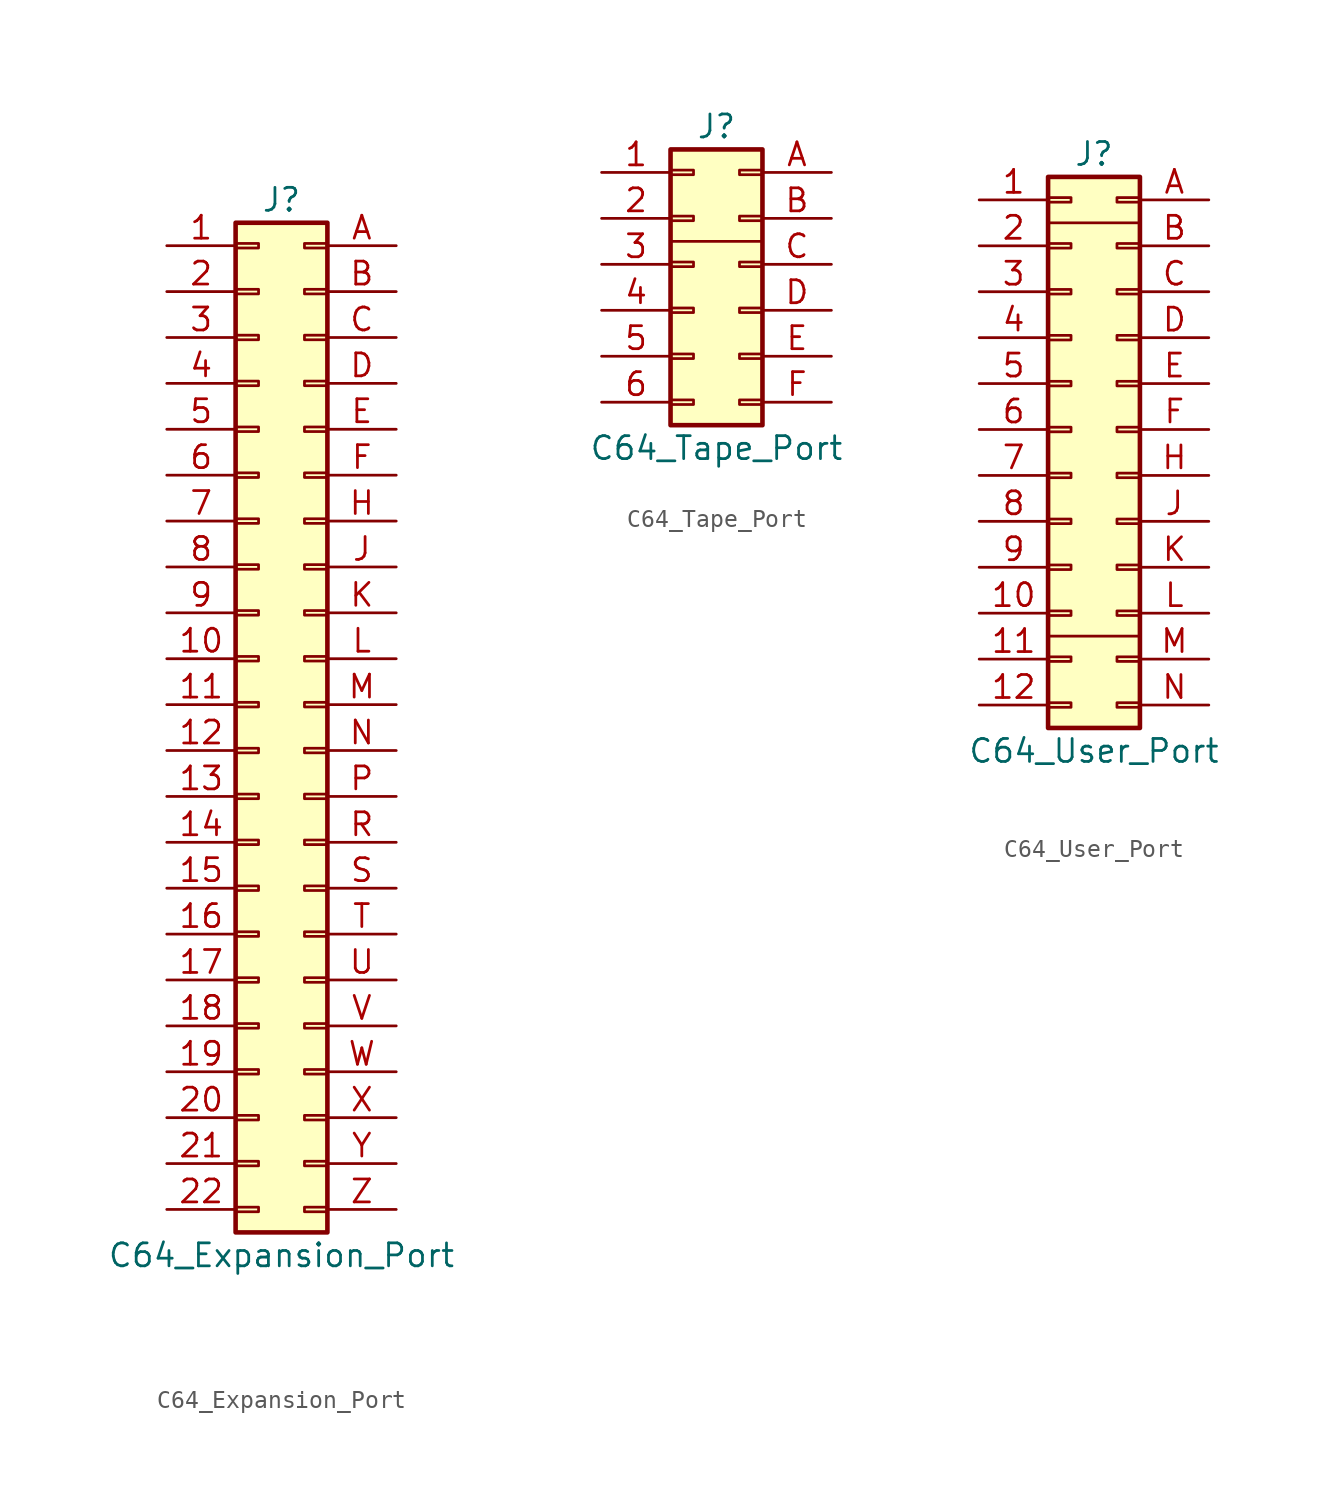
<source format=kicad_sym>
(kicad_symbol_lib
  (version 20211014)
  (generator kicad_symbol_editor)
  (symbol "C64_Expansion_Port"
    (pin_names
      (offset 1.016) hide)
    (property "Reference" "J"
      (at 1.27 27.94 0)
      (effects (font (size 1.27 1.27))))
    (property "Value" "C64_Expansion_Port"
      (at 1.27 -30.48 0)
      (effects (font (size 1.27 1.27))))
    (symbol "C64_Expansion_Port_1_1"
      (rectangle (start -1.27 -27.813) (end 0 -28.067) (stroke (width 0.152) (type default) (color 0 0 0 0)) (fill (type none)))
      (rectangle (start -1.27 -25.273) (end 0 -25.527) (stroke (width 0.152) (type default) (color 0 0 0 0)) (fill (type none)))
      (rectangle (start -1.27 -22.733) (end 0 -22.987) (stroke (width 0.152) (type default) (color 0 0 0 0)) (fill (type none)))
      (rectangle (start -1.27 -20.193) (end 0 -20.447) (stroke (width 0.152) (type default) (color 0 0 0 0)) (fill (type none)))
      (rectangle (start -1.27 -17.653) (end 0 -17.907) (stroke (width 0.152) (type default) (color 0 0 0 0)) (fill (type none)))
      (rectangle (start -1.27 -15.113) (end 0 -15.367) (stroke (width 0.152) (type default) (color 0 0 0 0)) (fill (type none)))
      (rectangle (start -1.27 -12.573) (end 0 -12.827) (stroke (width 0.152) (type default) (color 0 0 0 0)) (fill (type none)))
      (rectangle (start -1.27 -10.033) (end 0 -10.287) (stroke (width 0.152) (type default) (color 0 0 0 0)) (fill (type none)))
      (rectangle (start -1.27 -7.493) (end 0 -7.747) (stroke (width 0.152) (type default) (color 0 0 0 0)) (fill (type none)))
      (rectangle (start -1.27 -4.953) (end 0 -5.207) (stroke (width 0.152) (type default) (color 0 0 0 0)) (fill (type none)))
      (rectangle (start -1.27 -2.413) (end 0 -2.667) (stroke (width 0.152) (type default) (color 0 0 0 0)) (fill (type none)))
      (rectangle (start -1.27 0.127) (end 0 -0.127) (stroke (width 0.152) (type default) (color 0 0 0 0)) (fill (type none)))
      (rectangle (start -1.27 2.667) (end 0 2.413) (stroke (width 0.152) (type default) (color 0 0 0 0)) (fill (type none)))
      (rectangle (start -1.27 5.207) (end 0 4.953) (stroke (width 0.152) (type default) (color 0 0 0 0)) (fill (type none)))
      (rectangle (start -1.27 7.747) (end 0 7.493) (stroke (width 0.152) (type default) (color 0 0 0 0)) (fill (type none)))
      (rectangle (start -1.27 10.287) (end 0 10.033) (stroke (width 0.152) (type default) (color 0 0 0 0)) (fill (type none)))
      (rectangle (start -1.27 12.827) (end 0 12.573) (stroke (width 0.152) (type default) (color 0 0 0 0)) (fill (type none)))
      (rectangle (start -1.27 15.367) (end 0 15.113) (stroke (width 0.152) (type default) (color 0 0 0 0)) (fill (type none)))
      (rectangle (start -1.27 17.907) (end 0 17.653) (stroke (width 0.152) (type default) (color 0 0 0 0)) (fill (type none)))
      (rectangle (start -1.27 20.447) (end 0 20.193) (stroke (width 0.152) (type default) (color 0 0 0 0)) (fill (type none)))
      (rectangle (start -1.27 22.987) (end 0 22.733) (stroke (width 0.152) (type default) (color 0 0 0 0)) (fill (type none)))
      (rectangle (start -1.27 25.527) (end 0 25.273) (stroke (width 0.152) (type default) (color 0 0 0 0)) (fill (type none)))
      (rectangle (start -1.27 26.67) (end 3.81 -29.21) (stroke (width 0.254) (type default) (color 0 0 0 0)) (fill (type background)))
      (rectangle (start 3.81 -27.813) (end 2.54 -28.067) (stroke (width 0.152) (type default) (color 0 0 0 0)) (fill (type none)))
      (rectangle (start 3.81 -25.273) (end 2.54 -25.527) (stroke (width 0.152) (type default) (color 0 0 0 0)) (fill (type none)))
      (rectangle (start 3.81 -22.733) (end 2.54 -22.987) (stroke (width 0.152) (type default) (color 0 0 0 0)) (fill (type none)))
      (rectangle (start 3.81 -20.193) (end 2.54 -20.447) (stroke (width 0.152) (type default) (color 0 0 0 0)) (fill (type none)))
      (rectangle (start 3.81 -17.653) (end 2.54 -17.907) (stroke (width 0.152) (type default) (color 0 0 0 0)) (fill (type none)))
      (rectangle (start 3.81 -15.113) (end 2.54 -15.367) (stroke (width 0.152) (type default) (color 0 0 0 0)) (fill (type none)))
      (rectangle (start 3.81 -12.573) (end 2.54 -12.827) (stroke (width 0.152) (type default) (color 0 0 0 0)) (fill (type none)))
      (rectangle (start 3.81 -10.033) (end 2.54 -10.287) (stroke (width 0.152) (type default) (color 0 0 0 0)) (fill (type none)))
      (rectangle (start 3.81 -7.493) (end 2.54 -7.747) (stroke (width 0.152) (type default) (color 0 0 0 0)) (fill (type none)))
      (rectangle (start 3.81 -4.953) (end 2.54 -5.207) (stroke (width 0.152) (type default) (color 0 0 0 0)) (fill (type none)))
      (rectangle (start 3.81 -2.413) (end 2.54 -2.667) (stroke (width 0.152) (type default) (color 0 0 0 0)) (fill (type none)))
      (rectangle (start 3.81 0.127) (end 2.54 -0.127) (stroke (width 0.152) (type default) (color 0 0 0 0)) (fill (type none)))
      (rectangle (start 3.81 2.667) (end 2.54 2.413) (stroke (width 0.152) (type default) (color 0 0 0 0)) (fill (type none)))
      (rectangle (start 3.81 5.207) (end 2.54 4.953) (stroke (width 0.152) (type default) (color 0 0 0 0)) (fill (type none)))
      (rectangle (start 3.81 7.747) (end 2.54 7.493) (stroke (width 0.152) (type default) (color 0 0 0 0)) (fill (type none)))
      (rectangle (start 3.81 10.287) (end 2.54 10.033) (stroke (width 0.152) (type default) (color 0 0 0 0)) (fill (type none)))
      (rectangle (start 3.81 12.827) (end 2.54 12.573) (stroke (width 0.152) (type default) (color 0 0 0 0)) (fill (type none)))
      (rectangle (start 3.81 15.367) (end 2.54 15.113) (stroke (width 0.152) (type default) (color 0 0 0 0)) (fill (type none)))
      (rectangle (start 3.81 17.907) (end 2.54 17.653) (stroke (width 0.152) (type default) (color 0 0 0 0)) (fill (type none)))
      (rectangle (start 3.81 20.447) (end 2.54 20.193) (stroke (width 0.152) (type default) (color 0 0 0 0)) (fill (type none)))
      (rectangle (start 3.81 22.987) (end 2.54 22.733) (stroke (width 0.152) (type default) (color 0 0 0 0)) (fill (type none)))
      (rectangle (start 3.81 25.527) (end 2.54 25.273) (stroke (width 0.152) (type default) (color 0 0 0 0)) (fill (type none)))
      (pin passive line (at -5.08 25.4 0) (length 3.81) (name "Pin_1" (effects (font (size 1.27 1.27)))) (number "1" (effects (font (size 1.27 1.27)))))
      (pin passive line (at -5.08 2.54 0) (length 3.81) (name "Pin_10" (effects (font (size 1.27 1.27)))) (number "10" (effects (font (size 1.27 1.27)))))
      (pin passive line (at -5.08 0 0) (length 3.81) (name "Pin_11" (effects (font (size 1.27 1.27)))) (number "11" (effects (font (size 1.27 1.27)))))
      (pin passive line (at -5.08 -2.54 0) (length 3.81) (name "Pin_12" (effects (font (size 1.27 1.27)))) (number "12" (effects (font (size 1.27 1.27)))))
      (pin passive line (at -5.08 -5.08 0) (length 3.81) (name "Pin_13" (effects (font (size 1.27 1.27)))) (number "13" (effects (font (size 1.27 1.27)))))
      (pin passive line (at -5.08 -7.62 0) (length 3.81) (name "Pin_14" (effects (font (size 1.27 1.27)))) (number "14" (effects (font (size 1.27 1.27)))))
      (pin passive line (at -5.08 -10.16 0) (length 3.81) (name "Pin_15" (effects (font (size 1.27 1.27)))) (number "15" (effects (font (size 1.27 1.27)))))
      (pin passive line (at -5.08 -12.7 0) (length 3.81) (name "Pin_16" (effects (font (size 1.27 1.27)))) (number "16" (effects (font (size 1.27 1.27)))))
      (pin passive line (at -5.08 -15.24 0) (length 3.81) (name "Pin_17" (effects (font (size 1.27 1.27)))) (number "17" (effects (font (size 1.27 1.27)))))
      (pin passive line (at -5.08 -17.78 0) (length 3.81) (name "Pin_18" (effects (font (size 1.27 1.27)))) (number "18" (effects (font (size 1.27 1.27)))))
      (pin passive line (at -5.08 -20.32 0) (length 3.81) (name "Pin_19" (effects (font (size 1.27 1.27)))) (number "19" (effects (font (size 1.27 1.27)))))
      (pin passive line (at -5.08 22.86 0) (length 3.81) (name "Pin_2" (effects (font (size 1.27 1.27)))) (number "2" (effects (font (size 1.27 1.27)))))
      (pin passive line (at -5.08 -22.86 0) (length 3.81) (name "Pin_20" (effects (font (size 1.27 1.27)))) (number "20" (effects (font (size 1.27 1.27)))))
      (pin passive line (at -5.08 -25.4 0) (length 3.81) (name "Pin_21" (effects (font (size 1.27 1.27)))) (number "21" (effects (font (size 1.27 1.27)))))
      (pin passive line (at -5.08 -27.94 0) (length 3.81) (name "Pin_22" (effects (font (size 1.27 1.27)))) (number "22" (effects (font (size 1.27 1.27)))))
      (pin passive line (at -5.08 20.32 0) (length 3.81) (name "Pin_3" (effects (font (size 1.27 1.27)))) (number "3" (effects (font (size 1.27 1.27)))))
      (pin passive line (at -5.08 17.78 0) (length 3.81) (name "Pin_4" (effects (font (size 1.27 1.27)))) (number "4" (effects (font (size 1.27 1.27)))))
      (pin passive line (at -5.08 15.24 0) (length 3.81) (name "Pin_5" (effects (font (size 1.27 1.27)))) (number "5" (effects (font (size 1.27 1.27)))))
      (pin passive line (at -5.08 12.7 0) (length 3.81) (name "Pin_6" (effects (font (size 1.27 1.27)))) (number "6" (effects (font (size 1.27 1.27)))))
      (pin passive line (at -5.08 10.16 0) (length 3.81) (name "Pin_7" (effects (font (size 1.27 1.27)))) (number "7" (effects (font (size 1.27 1.27)))))
      (pin passive line (at -5.08 7.62 0) (length 3.81) (name "Pin_8" (effects (font (size 1.27 1.27)))) (number "8" (effects (font (size 1.27 1.27)))))
      (pin passive line (at -5.08 5.08 0) (length 3.81) (name "Pin_9" (effects (font (size 1.27 1.27)))) (number "9" (effects (font (size 1.27 1.27)))))
      (pin passive line (at 7.62 25.4 180) (length 3.81) (name "Pin_A" (effects (font (size 1.27 1.27)))) (number "A" (effects (font (size 1.27 1.27)))))
      (pin passive line (at 7.62 22.86 180) (length 3.81) (name "Pin_B" (effects (font (size 1.27 1.27)))) (number "B" (effects (font (size 1.27 1.27)))))
      (pin passive line (at 7.62 20.32 180) (length 3.81) (name "Pin_C" (effects (font (size 1.27 1.27)))) (number "C" (effects (font (size 1.27 1.27)))))
      (pin passive line (at 7.62 17.78 180) (length 3.81) (name "Pin_D" (effects (font (size 1.27 1.27)))) (number "D" (effects (font (size 1.27 1.27)))))
      (pin passive line (at 7.62 15.24 180) (length 3.81) (name "Pin_E" (effects (font (size 1.27 1.27)))) (number "E" (effects (font (size 1.27 1.27)))))
      (pin passive line (at 7.62 12.7 180) (length 3.81) (name "Pin_F" (effects (font (size 1.27 1.27)))) (number "F" (effects (font (size 1.27 1.27)))))
      (pin passive line (at 7.62 10.16 180) (length 3.81) (name "Pin_H" (effects (font (size 1.27 1.27)))) (number "H" (effects (font (size 1.27 1.27)))))
      (pin passive line (at 7.62 7.62 180) (length 3.81) (name "Pin_J" (effects (font (size 1.27 1.27)))) (number "J" (effects (font (size 1.27 1.27)))))
      (pin passive line (at 7.62 5.08 180) (length 3.81) (name "Pin_K" (effects (font (size 1.27 1.27)))) (number "K" (effects (font (size 1.27 1.27)))))
      (pin passive line (at 7.62 2.54 180) (length 3.81) (name "Pin_L" (effects (font (size 1.27 1.27)))) (number "L" (effects (font (size 1.27 1.27)))))
      (pin passive line (at 7.62 0 180) (length 3.81) (name "Pin_M" (effects (font (size 1.27 1.27)))) (number "M" (effects (font (size 1.27 1.27)))))
      (pin passive line (at 7.62 -2.54 180) (length 3.81) (name "Pin_N" (effects (font (size 1.27 1.27)))) (number "N" (effects (font (size 1.27 1.27)))))
      (pin passive line (at 7.62 -5.08 180) (length 3.81) (name "Pin_P" (effects (font (size 1.27 1.27)))) (number "P" (effects (font (size 1.27 1.27)))))
      (pin passive line (at 7.62 -7.62 180) (length 3.81) (name "Pin_R" (effects (font (size 1.27 1.27)))) (number "R" (effects (font (size 1.27 1.27)))))
      (pin passive line (at 7.62 -10.16 180) (length 3.81) (name "Pin_S" (effects (font (size 1.27 1.27)))) (number "S" (effects (font (size 1.27 1.27)))))
      (pin passive line (at 7.62 -12.7 180) (length 3.81) (name "Pin_T" (effects (font (size 1.27 1.27)))) (number "T" (effects (font (size 1.27 1.27)))))
      (pin passive line (at 7.62 -15.24 180) (length 3.81) (name "Pin_U" (effects (font (size 1.27 1.27)))) (number "U" (effects (font (size 1.27 1.27)))))
      (pin passive line (at 7.62 -17.78 180) (length 3.81) (name "Pin_V" (effects (font (size 1.27 1.27)))) (number "V" (effects (font (size 1.27 1.27)))))
      (pin passive line (at 7.62 -20.32 180) (length 3.81) (name "Pin_W" (effects (font (size 1.27 1.27)))) (number "W" (effects (font (size 1.27 1.27)))))
      (pin passive line (at 7.62 -22.86 180) (length 3.81) (name "Pin_X" (effects (font (size 1.27 1.27)))) (number "X" (effects (font (size 1.27 1.27)))))
      (pin passive line (at 7.62 -25.4 180) (length 3.81) (name "Pin_Y" (effects (font (size 1.27 1.27)))) (number "Y" (effects (font (size 1.27 1.27)))))
      (pin passive line (at 7.62 -27.94 180) (length 3.81) (name "Pin_Z" (effects (font (size 1.27 1.27)))) (number "Z" (effects (font (size 1.27 1.27)))))))
  (symbol "C64_Tape_Port"
    (pin_names
      (offset 1.016) hide)
    (property "Reference" "J"
      (at 1.27 7.62 0)
      (effects (font (size 1.27 1.27))))
    (property "Value" "C64_Tape_Port"
      (at 1.27 -10.16 0)
      (effects (font (size 1.27 1.27))))
    (symbol "C64_Tape_Port_0_1"
      (polyline (pts (xy -1.27 1.27) (xy 3.81 1.27)) (stroke (width 0) (type default) (color 0 0 0 0)) (fill (type none))))
    (symbol "C64_Tape_Port_1_1"
      (rectangle (start -1.27 -7.493) (end 0 -7.747) (stroke (width 0.152) (type default) (color 0 0 0 0)) (fill (type none)))
      (rectangle (start -1.27 -4.953) (end 0 -5.207) (stroke (width 0.152) (type default) (color 0 0 0 0)) (fill (type none)))
      (rectangle (start -1.27 -2.413) (end 0 -2.667) (stroke (width 0.152) (type default) (color 0 0 0 0)) (fill (type none)))
      (rectangle (start -1.27 0.127) (end 0 -0.127) (stroke (width 0.152) (type default) (color 0 0 0 0)) (fill (type none)))
      (rectangle (start -1.27 2.667) (end 0 2.413) (stroke (width 0.152) (type default) (color 0 0 0 0)) (fill (type none)))
      (rectangle (start -1.27 5.207) (end 0 4.953) (stroke (width 0.152) (type default) (color 0 0 0 0)) (fill (type none)))
      (rectangle (start -1.27 6.35) (end 3.81 -8.89) (stroke (width 0.254) (type default) (color 0 0 0 0)) (fill (type background)))
      (rectangle (start 3.81 -7.493) (end 2.54 -7.747) (stroke (width 0.152) (type default) (color 0 0 0 0)) (fill (type none)))
      (rectangle (start 3.81 -4.953) (end 2.54 -5.207) (stroke (width 0.152) (type default) (color 0 0 0 0)) (fill (type none)))
      (rectangle (start 3.81 -2.413) (end 2.54 -2.667) (stroke (width 0.152) (type default) (color 0 0 0 0)) (fill (type none)))
      (rectangle (start 3.81 0.127) (end 2.54 -0.127) (stroke (width 0.152) (type default) (color 0 0 0 0)) (fill (type none)))
      (rectangle (start 3.81 2.667) (end 2.54 2.413) (stroke (width 0.152) (type default) (color 0 0 0 0)) (fill (type none)))
      (rectangle (start 3.81 5.207) (end 2.54 4.953) (stroke (width 0.152) (type default) (color 0 0 0 0)) (fill (type none)))
      (pin passive line (at -5.08 5.08 0) (length 3.81) (name "Pin_1" (effects (font (size 1.27 1.27)))) (number "1" (effects (font (size 1.27 1.27)))))
      (pin passive line (at -5.08 2.54 0) (length 3.81) (name "Pin_2" (effects (font (size 1.27 1.27)))) (number "2" (effects (font (size 1.27 1.27)))))
      (pin passive line (at -5.08 0 0) (length 3.81) (name "Pin_3" (effects (font (size 1.27 1.27)))) (number "3" (effects (font (size 1.27 1.27)))))
      (pin passive line (at -5.08 -2.54 0) (length 3.81) (name "Pin_4" (effects (font (size 1.27 1.27)))) (number "4" (effects (font (size 1.27 1.27)))))
      (pin passive line (at -5.08 -5.08 0) (length 3.81) (name "Pin_5" (effects (font (size 1.27 1.27)))) (number "5" (effects (font (size 1.27 1.27)))))
      (pin passive line (at -5.08 -7.62 0) (length 3.81) (name "Pin_6" (effects (font (size 1.27 1.27)))) (number "6" (effects (font (size 1.27 1.27)))))
      (pin passive line (at 7.62 5.08 180) (length 3.81) (name "Pin_A" (effects (font (size 1.27 1.27)))) (number "A" (effects (font (size 1.27 1.27)))))
      (pin passive line (at 7.62 2.54 180) (length 3.81) (name "Pin_B" (effects (font (size 1.27 1.27)))) (number "B" (effects (font (size 1.27 1.27)))))
      (pin passive line (at 7.62 0 180) (length 3.81) (name "Pin_C" (effects (font (size 1.27 1.27)))) (number "C" (effects (font (size 1.27 1.27)))))
      (pin passive line (at 7.62 -2.54 180) (length 3.81) (name "Pin_D" (effects (font (size 1.27 1.27)))) (number "D" (effects (font (size 1.27 1.27)))))
      (pin passive line (at 7.62 -5.08 180) (length 3.81) (name "Pin_E" (effects (font (size 1.27 1.27)))) (number "E" (effects (font (size 1.27 1.27)))))
      (pin passive line (at 7.62 -7.62 180) (length 3.81) (name "Pin_F" (effects (font (size 1.27 1.27)))) (number "F" (effects (font (size 1.27 1.27)))))))
  (symbol "C64_User_Port"
    (pin_names
      (offset 1.016) hide)
    (property "Reference" "J"
      (at 1.27 15.24 0)
      (effects (font (size 1.27 1.27))))
    (property "Value" "C64_User_Port"
      (at 1.27 -17.78 0)
      (effects (font (size 1.27 1.27))))
    (symbol "C64_User_Port_0_1"
      (polyline (pts (xy -1.27 -11.43) (xy 3.81 -11.43)) (stroke (width 0) (type default) (color 0 0 0 0)) (fill (type none)))
      (polyline (pts (xy -1.27 11.43) (xy 3.81 11.43)) (stroke (width 0) (type default) (color 0 0 0 0)) (fill (type none))))
    (symbol "C64_User_Port_1_1"
      (rectangle (start -1.27 -15.113) (end 0 -15.367) (stroke (width 0.152) (type default) (color 0 0 0 0)) (fill (type none)))
      (rectangle (start -1.27 -12.573) (end 0 -12.827) (stroke (width 0.152) (type default) (color 0 0 0 0)) (fill (type none)))
      (rectangle (start -1.27 -10.033) (end 0 -10.287) (stroke (width 0.152) (type default) (color 0 0 0 0)) (fill (type none)))
      (rectangle (start -1.27 -7.493) (end 0 -7.747) (stroke (width 0.152) (type default) (color 0 0 0 0)) (fill (type none)))
      (rectangle (start -1.27 -4.953) (end 0 -5.207) (stroke (width 0.152) (type default) (color 0 0 0 0)) (fill (type none)))
      (rectangle (start -1.27 -2.413) (end 0 -2.667) (stroke (width 0.152) (type default) (color 0 0 0 0)) (fill (type none)))
      (rectangle (start -1.27 0.127) (end 0 -0.127) (stroke (width 0.152) (type default) (color 0 0 0 0)) (fill (type none)))
      (rectangle (start -1.27 2.667) (end 0 2.413) (stroke (width 0.152) (type default) (color 0 0 0 0)) (fill (type none)))
      (rectangle (start -1.27 5.207) (end 0 4.953) (stroke (width 0.152) (type default) (color 0 0 0 0)) (fill (type none)))
      (rectangle (start -1.27 7.747) (end 0 7.493) (stroke (width 0.152) (type default) (color 0 0 0 0)) (fill (type none)))
      (rectangle (start -1.27 10.287) (end 0 10.033) (stroke (width 0.152) (type default) (color 0 0 0 0)) (fill (type none)))
      (rectangle (start -1.27 12.827) (end 0 12.573) (stroke (width 0.152) (type default) (color 0 0 0 0)) (fill (type none)))
      (rectangle (start -1.27 13.97) (end 3.81 -16.51) (stroke (width 0.254) (type default) (color 0 0 0 0)) (fill (type background)))
      (rectangle (start 3.81 -15.113) (end 2.54 -15.367) (stroke (width 0.152) (type default) (color 0 0 0 0)) (fill (type none)))
      (rectangle (start 3.81 -12.573) (end 2.54 -12.827) (stroke (width 0.152) (type default) (color 0 0 0 0)) (fill (type none)))
      (rectangle (start 3.81 -10.033) (end 2.54 -10.287) (stroke (width 0.152) (type default) (color 0 0 0 0)) (fill (type none)))
      (rectangle (start 3.81 -7.493) (end 2.54 -7.747) (stroke (width 0.152) (type default) (color 0 0 0 0)) (fill (type none)))
      (rectangle (start 3.81 -4.953) (end 2.54 -5.207) (stroke (width 0.152) (type default) (color 0 0 0 0)) (fill (type none)))
      (rectangle (start 3.81 -2.413) (end 2.54 -2.667) (stroke (width 0.152) (type default) (color 0 0 0 0)) (fill (type none)))
      (rectangle (start 3.81 0.127) (end 2.54 -0.127) (stroke (width 0.152) (type default) (color 0 0 0 0)) (fill (type none)))
      (rectangle (start 3.81 2.667) (end 2.54 2.413) (stroke (width 0.152) (type default) (color 0 0 0 0)) (fill (type none)))
      (rectangle (start 3.81 5.207) (end 2.54 4.953) (stroke (width 0.152) (type default) (color 0 0 0 0)) (fill (type none)))
      (rectangle (start 3.81 7.747) (end 2.54 7.493) (stroke (width 0.152) (type default) (color 0 0 0 0)) (fill (type none)))
      (rectangle (start 3.81 10.287) (end 2.54 10.033) (stroke (width 0.152) (type default) (color 0 0 0 0)) (fill (type none)))
      (rectangle (start 3.81 12.827) (end 2.54 12.573) (stroke (width 0.152) (type default) (color 0 0 0 0)) (fill (type none)))
      (pin passive line (at -5.08 12.7 0) (length 3.81) (name "Pin_1" (effects (font (size 1.27 1.27)))) (number "1" (effects (font (size 1.27 1.27)))))
      (pin passive line (at -5.08 -10.16 0) (length 3.81) (name "Pin_10" (effects (font (size 1.27 1.27)))) (number "10" (effects (font (size 1.27 1.27)))))
      (pin passive line (at -5.08 -12.7 0) (length 3.81) (name "Pin_11" (effects (font (size 1.27 1.27)))) (number "11" (effects (font (size 1.27 1.27)))))
      (pin passive line (at -5.08 -15.24 0) (length 3.81) (name "Pin_12" (effects (font (size 1.27 1.27)))) (number "12" (effects (font (size 1.27 1.27)))))
      (pin passive line (at -5.08 10.16 0) (length 3.81) (name "Pin_2" (effects (font (size 1.27 1.27)))) (number "2" (effects (font (size 1.27 1.27)))))
      (pin passive line (at -5.08 7.62 0) (length 3.81) (name "Pin_3" (effects (font (size 1.27 1.27)))) (number "3" (effects (font (size 1.27 1.27)))))
      (pin passive line (at -5.08 5.08 0) (length 3.81) (name "Pin_4" (effects (font (size 1.27 1.27)))) (number "4" (effects (font (size 1.27 1.27)))))
      (pin passive line (at -5.08 2.54 0) (length 3.81) (name "Pin_5" (effects (font (size 1.27 1.27)))) (number "5" (effects (font (size 1.27 1.27)))))
      (pin passive line (at -5.08 0 0) (length 3.81) (name "Pin_6" (effects (font (size 1.27 1.27)))) (number "6" (effects (font (size 1.27 1.27)))))
      (pin passive line (at -5.08 -2.54 0) (length 3.81) (name "Pin_7" (effects (font (size 1.27 1.27)))) (number "7" (effects (font (size 1.27 1.27)))))
      (pin passive line (at -5.08 -5.08 0) (length 3.81) (name "Pin_8" (effects (font (size 1.27 1.27)))) (number "8" (effects (font (size 1.27 1.27)))))
      (pin passive line (at -5.08 -7.62 0) (length 3.81) (name "Pin_9" (effects (font (size 1.27 1.27)))) (number "9" (effects (font (size 1.27 1.27)))))
      (pin passive line (at 7.62 12.7 180) (length 3.81) (name "Pin_A" (effects (font (size 1.27 1.27)))) (number "A" (effects (font (size 1.27 1.27)))))
      (pin passive line (at 7.62 10.16 180) (length 3.81) (name "Pin_B" (effects (font (size 1.27 1.27)))) (number "B" (effects (font (size 1.27 1.27)))))
      (pin passive line (at 7.62 7.62 180) (length 3.81) (name "Pin_C" (effects (font (size 1.27 1.27)))) (number "C" (effects (font (size 1.27 1.27)))))
      (pin passive line (at 7.62 5.08 180) (length 3.81) (name "Pin_D" (effects (font (size 1.27 1.27)))) (number "D" (effects (font (size 1.27 1.27)))))
      (pin passive line (at 7.62 2.54 180) (length 3.81) (name "Pin_E" (effects (font (size 1.27 1.27)))) (number "E" (effects (font (size 1.27 1.27)))))
      (pin passive line (at 7.62 0 180) (length 3.81) (name "Pin_F" (effects (font (size 1.27 1.27)))) (number "F" (effects (font (size 1.27 1.27)))))
      (pin passive line (at 7.62 -2.54 180) (length 3.81) (name "Pin_H" (effects (font (size 1.27 1.27)))) (number "H" (effects (font (size 1.27 1.27)))))
      (pin passive line (at 7.62 -5.08 180) (length 3.81) (name "Pin_J" (effects (font (size 1.27 1.27)))) (number "J" (effects (font (size 1.27 1.27)))))
      (pin passive line (at 7.62 -7.62 180) (length 3.81) (name "Pin_K" (effects (font (size 1.27 1.27)))) (number "K" (effects (font (size 1.27 1.27)))))
      (pin passive line (at 7.62 -10.16 180) (length 3.81) (name "Pin_L" (effects (font (size 1.27 1.27)))) (number "L" (effects (font (size 1.27 1.27)))))
      (pin passive line (at 7.62 -12.7 180) (length 3.81) (name "Pin_M" (effects (font (size 1.27 1.27)))) (number "M" (effects (font (size 1.27 1.27)))))
      (pin passive line (at 7.62 -15.24 180) (length 3.81) (name "Pin_N" (effects (font (size 1.27 1.27)))) (number "N" (effects (font (size 1.27 1.27))))))))
</source>
